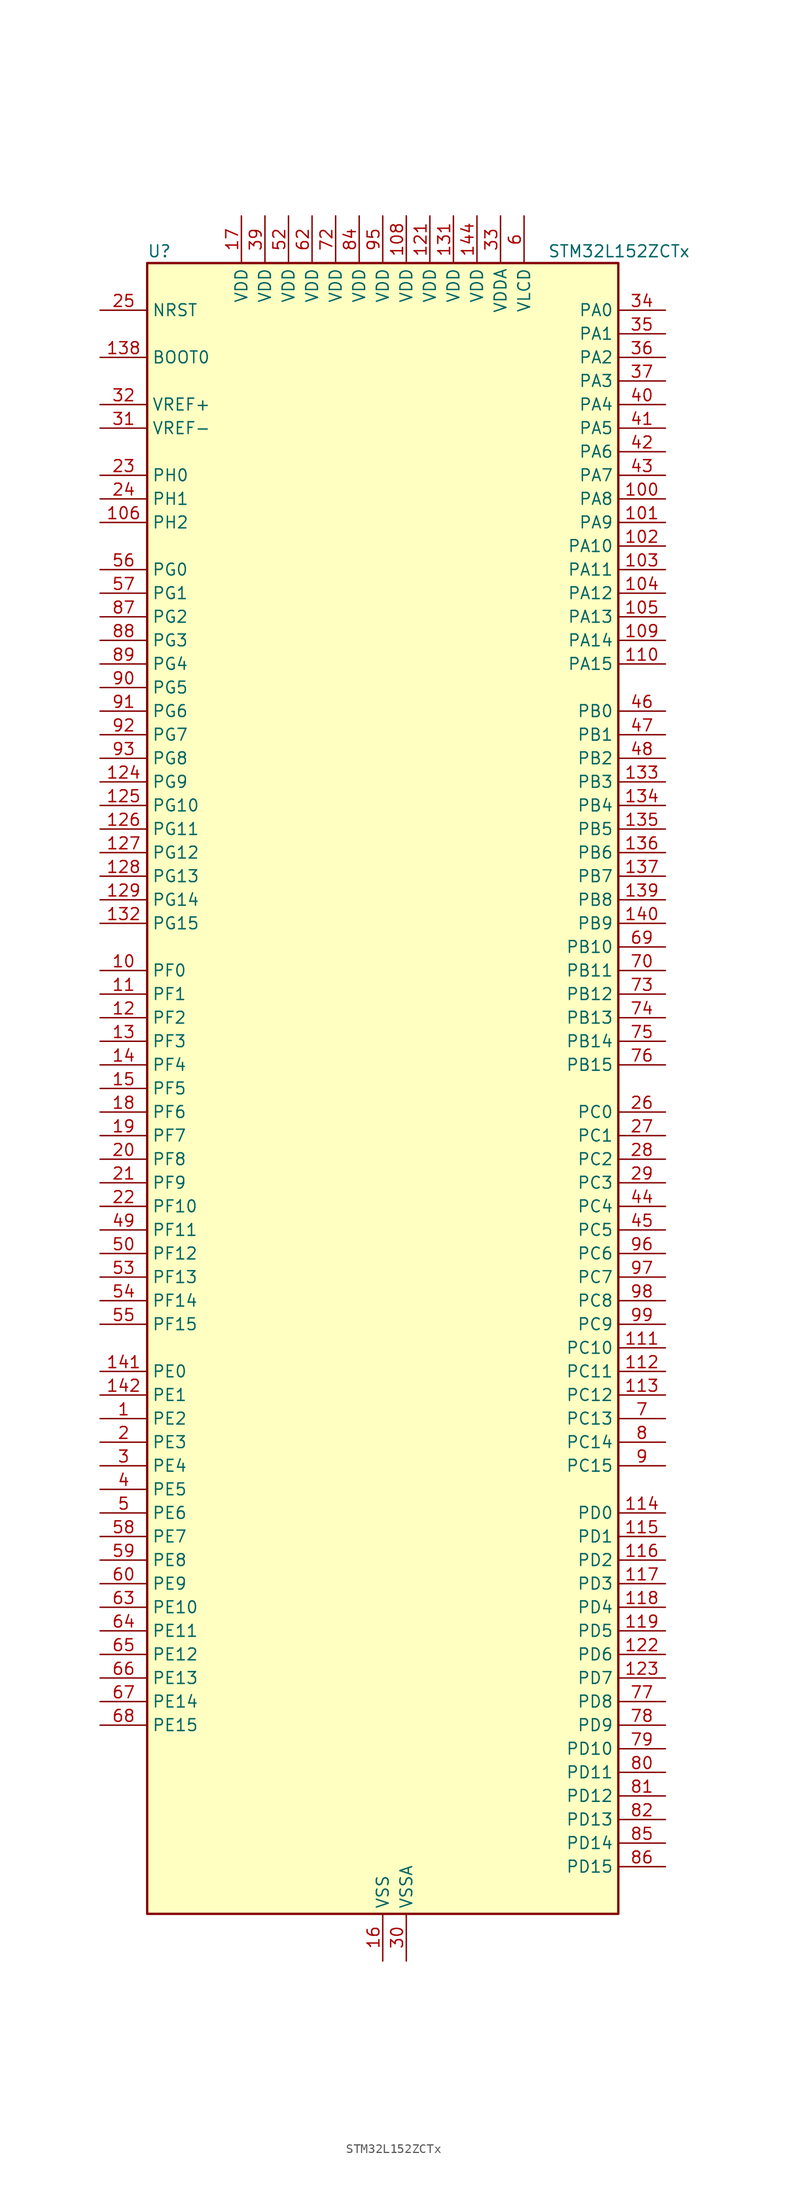
<source format=kicad_sym>
(kicad_symbol_lib
  (version 20241209)
  (generator "kicad_symbol_editor")
  (generator_version "9.0")
  (symbol "STM32L152ZCTx"
    (property "Reference" "U"
      (at -25.4 90.17 0)
      (effects (font (size 1.27 1.27)) (justify left)))
    (property "Value" "STM32L152ZCTx"
      (at 17.78 90.17 0)
      (effects (font (size 1.27 1.27)) (justify left)))
    (symbol "STM32L152ZCTx_0_1"
      (rectangle (start -25.4 -88.9) (end 25.4 88.9) (stroke (width 0.254) (type default)) (fill (type background))))
    (symbol "STM32L152ZCTx_1_1"
      (pin input line (at -30.48 83.82 0) (length 5.08) (name "NRST" (effects (font (size 1.27 1.27)))) (number "25" (effects (font (size 1.27 1.27)))))
      (pin input line (at -30.48 78.74 0) (length 5.08) (name "BOOT0" (effects (font (size 1.27 1.27)))) (number "138" (effects (font (size 1.27 1.27)))))
      (pin input line (at -30.48 73.66 0) (length 5.08) (name "VREF+" (effects (font (size 1.27 1.27)))) (number "32" (effects (font (size 1.27 1.27)))))
      (pin input line (at -30.48 71.12 0) (length 5.08) (name "VREF-" (effects (font (size 1.27 1.27)))) (number "31" (effects (font (size 1.27 1.27)))))
      (pin bidirectional line (at -30.48 66.04 0) (length 5.08) (name "PH0" (effects (font (size 1.27 1.27)))) (number "23" (effects (font (size 1.27 1.27)))) (alternate "RCC_OSC_IN" bidirectional line))
      (pin bidirectional line (at -30.48 63.5 0) (length 5.08) (name "PH1" (effects (font (size 1.27 1.27)))) (number "24" (effects (font (size 1.27 1.27)))) (alternate "RCC_OSC_OUT" bidirectional line))
      (pin bidirectional line (at -30.48 60.96 0) (length 5.08) (name "PH2" (effects (font (size 1.27 1.27)))) (number "106" (effects (font (size 1.27 1.27)))))
      (pin bidirectional line (at -30.48 55.88 0) (length 5.08) (name "PG0" (effects (font (size 1.27 1.27)))) (number "56" (effects (font (size 1.27 1.27)))) (alternate "ADC_IN8b" bidirectional line) (alternate "TS_G2_IO4" bidirectional line))
      (pin bidirectional line (at -30.48 53.34 0) (length 5.08) (name "PG1" (effects (font (size 1.27 1.27)))) (number "57" (effects (font (size 1.27 1.27)))) (alternate "ADC_IN9b" bidirectional line) (alternate "TS_G2_IO5" bidirectional line))
      (pin bidirectional line (at -30.48 50.8 0) (length 5.08) (name "PG2" (effects (font (size 1.27 1.27)))) (number "87" (effects (font (size 1.27 1.27)))) (alternate "ADC_IN10b" bidirectional line) (alternate "TS_G7_IO5" bidirectional line))
      (pin bidirectional line (at -30.48 48.26 0) (length 5.08) (name "PG3" (effects (font (size 1.27 1.27)))) (number "88" (effects (font (size 1.27 1.27)))) (alternate "ADC_IN11b" bidirectional line) (alternate "TS_G7_IO6" bidirectional line))
      (pin bidirectional line (at -30.48 45.72 0) (length 5.08) (name "PG4" (effects (font (size 1.27 1.27)))) (number "89" (effects (font (size 1.27 1.27)))) (alternate "ADC_IN12b" bidirectional line) (alternate "TS_G7_IO7" bidirectional line))
      (pin bidirectional line (at -30.48 43.18 0) (length 5.08) (name "PG5" (effects (font (size 1.27 1.27)))) (number "90" (effects (font (size 1.27 1.27)))))
      (pin bidirectional line (at -30.48 40.64 0) (length 5.08) (name "PG6" (effects (font (size 1.27 1.27)))) (number "91" (effects (font (size 1.27 1.27)))))
      (pin bidirectional line (at -30.48 38.1 0) (length 5.08) (name "PG7" (effects (font (size 1.27 1.27)))) (number "92" (effects (font (size 1.27 1.27)))))
      (pin bidirectional line (at -30.48 35.56 0) (length 5.08) (name "PG8" (effects (font (size 1.27 1.27)))) (number "93" (effects (font (size 1.27 1.27)))))
      (pin bidirectional line (at -30.48 33.02 0) (length 5.08) (name "PG9" (effects (font (size 1.27 1.27)))) (number "124" (effects (font (size 1.27 1.27)))) (alternate "DAC_EXTI9" bidirectional line))
      (pin bidirectional line (at -30.48 30.48 0) (length 5.08) (name "PG10" (effects (font (size 1.27 1.27)))) (number "125" (effects (font (size 1.27 1.27)))))
      (pin bidirectional line (at -30.48 27.94 0) (length 5.08) (name "PG11" (effects (font (size 1.27 1.27)))) (number "126" (effects (font (size 1.27 1.27)))) (alternate "ADC_EXTI11" bidirectional line))
      (pin bidirectional line (at -30.48 25.4 0) (length 5.08) (name "PG12" (effects (font (size 1.27 1.27)))) (number "127" (effects (font (size 1.27 1.27)))))
      (pin bidirectional line (at -30.48 22.86 0) (length 5.08) (name "PG13" (effects (font (size 1.27 1.27)))) (number "128" (effects (font (size 1.27 1.27)))))
      (pin bidirectional line (at -30.48 20.32 0) (length 5.08) (name "PG14" (effects (font (size 1.27 1.27)))) (number "129" (effects (font (size 1.27 1.27)))))
      (pin bidirectional line (at -30.48 17.78 0) (length 5.08) (name "PG15" (effects (font (size 1.27 1.27)))) (number "132" (effects (font (size 1.27 1.27)))) (alternate "ADC_EXTI15" bidirectional line))
      (pin bidirectional line (at -30.48 12.7 0) (length 5.08) (name "PF0" (effects (font (size 1.27 1.27)))) (number "10" (effects (font (size 1.27 1.27)))))
      (pin bidirectional line (at -30.48 10.16 0) (length 5.08) (name "PF1" (effects (font (size 1.27 1.27)))) (number "11" (effects (font (size 1.27 1.27)))))
      (pin bidirectional line (at -30.48 7.62 0) (length 5.08) (name "PF2" (effects (font (size 1.27 1.27)))) (number "12" (effects (font (size 1.27 1.27)))))
      (pin bidirectional line (at -30.48 5.08 0) (length 5.08) (name "PF3" (effects (font (size 1.27 1.27)))) (number "13" (effects (font (size 1.27 1.27)))))
      (pin bidirectional line (at -30.48 2.54 0) (length 5.08) (name "PF4" (effects (font (size 1.27 1.27)))) (number "14" (effects (font (size 1.27 1.27)))))
      (pin bidirectional line (at -30.48 0 0) (length 5.08) (name "PF5" (effects (font (size 1.27 1.27)))) (number "15" (effects (font (size 1.27 1.27)))))
      (pin bidirectional line (at -30.48 -2.54 0) (length 5.08) (name "PF6" (effects (font (size 1.27 1.27)))) (number "18" (effects (font (size 1.27 1.27)))) (alternate "ADC_IN27" bidirectional line) (alternate "TIM5_CH1" bidirectional line) (alternate "TIM5_ETR" bidirectional line) (alternate "TS_G11_IO1" bidirectional line))
      (pin bidirectional line (at -30.48 -5.08 0) (length 5.08) (name "PF7" (effects (font (size 1.27 1.27)))) (number "19" (effects (font (size 1.27 1.27)))) (alternate "ADC_IN28" bidirectional line) (alternate "COMP1_INP" bidirectional line) (alternate "TIM5_CH2" bidirectional line) (alternate "TS_G11_IO2" bidirectional line))
      (pin bidirectional line (at -30.48 -7.62 0) (length 5.08) (name "PF8" (effects (font (size 1.27 1.27)))) (number "20" (effects (font (size 1.27 1.27)))) (alternate "ADC_IN29" bidirectional line) (alternate "COMP1_INP" bidirectional line) (alternate "TIM5_CH3" bidirectional line) (alternate "TS_G11_IO3" bidirectional line))
      (pin bidirectional line (at -30.48 -10.16 0) (length 5.08) (name "PF9" (effects (font (size 1.27 1.27)))) (number "21" (effects (font (size 1.27 1.27)))) (alternate "ADC_IN30" bidirectional line) (alternate "COMP1_INP" bidirectional line) (alternate "DAC_EXTI9" bidirectional line) (alternate "TIM5_CH4" bidirectional line) (alternate "TS_G11_IO4" bidirectional line))
      (pin bidirectional line (at -30.48 -12.7 0) (length 5.08) (name "PF10" (effects (font (size 1.27 1.27)))) (number "22" (effects (font (size 1.27 1.27)))) (alternate "ADC_IN31" bidirectional line) (alternate "COMP1_INP" bidirectional line) (alternate "TS_G11_IO5" bidirectional line))
      (pin bidirectional line (at -30.48 -15.24 0) (length 5.08) (name "PF11" (effects (font (size 1.27 1.27)))) (number "49" (effects (font (size 1.27 1.27)))) (alternate "ADC_EXTI11" bidirectional line) (alternate "ADC_IN1b" bidirectional line) (alternate "TS_G3_IO4" bidirectional line))
      (pin bidirectional line (at -30.48 -17.78 0) (length 5.08) (name "PF12" (effects (font (size 1.27 1.27)))) (number "50" (effects (font (size 1.27 1.27)))) (alternate "ADC_IN2b" bidirectional line) (alternate "TS_G3_IO5" bidirectional line))
      (pin bidirectional line (at -30.48 -20.32 0) (length 5.08) (name "PF13" (effects (font (size 1.27 1.27)))) (number "53" (effects (font (size 1.27 1.27)))) (alternate "ADC_IN3b" bidirectional line) (alternate "TS_G9_IO3" bidirectional line))
      (pin bidirectional line (at -30.48 -22.86 0) (length 5.08) (name "PF14" (effects (font (size 1.27 1.27)))) (number "54" (effects (font (size 1.27 1.27)))) (alternate "ADC_IN6b" bidirectional line) (alternate "TS_G9_IO4" bidirectional line))
      (pin bidirectional line (at -30.48 -25.4 0) (length 5.08) (name "PF15" (effects (font (size 1.27 1.27)))) (number "55" (effects (font (size 1.27 1.27)))) (alternate "ADC_EXTI15" bidirectional line) (alternate "ADC_IN7b" bidirectional line) (alternate "TS_G2_IO3" bidirectional line))
      (pin bidirectional line (at -30.48 -30.48 0) (length 5.08) (name "PE0" (effects (font (size 1.27 1.27)))) (number "141" (effects (font (size 1.27 1.27)))) (alternate "LCD_SEG36" bidirectional line) (alternate "TIM10_CH1" bidirectional line) (alternate "TIM4_ETR" bidirectional line) (alternate "TIMX_IC1" bidirectional line))
      (pin bidirectional line (at -30.48 -33.02 0) (length 5.08) (name "PE1" (effects (font (size 1.27 1.27)))) (number "142" (effects (font (size 1.27 1.27)))) (alternate "LCD_SEG37" bidirectional line) (alternate "TIM11_CH1" bidirectional line) (alternate "TIMX_IC2" bidirectional line))
      (pin bidirectional line (at -30.48 -35.56 0) (length 5.08) (name "PE2" (effects (font (size 1.27 1.27)))) (number "1" (effects (font (size 1.27 1.27)))) (alternate "LCD_SEG38" bidirectional line) (alternate "SYS_TRACECK" bidirectional line) (alternate "TIM3_ETR" bidirectional line) (alternate "TIMX_IC3" bidirectional line))
      (pin bidirectional line (at -30.48 -38.1 0) (length 5.08) (name "PE3" (effects (font (size 1.27 1.27)))) (number "2" (effects (font (size 1.27 1.27)))) (alternate "LCD_SEG39" bidirectional line) (alternate "SYS_TRACED0" bidirectional line) (alternate "TIM3_CH1" bidirectional line) (alternate "TIMX_IC4" bidirectional line))
      (pin bidirectional line (at -30.48 -40.64 0) (length 5.08) (name "PE4" (effects (font (size 1.27 1.27)))) (number "3" (effects (font (size 1.27 1.27)))) (alternate "SYS_TRACED1" bidirectional line) (alternate "TIM3_CH2" bidirectional line) (alternate "TIMX_IC1" bidirectional line))
      (pin bidirectional line (at -30.48 -43.18 0) (length 5.08) (name "PE5" (effects (font (size 1.27 1.27)))) (number "4" (effects (font (size 1.27 1.27)))) (alternate "SYS_TRACED2" bidirectional line) (alternate "TIM9_CH1" bidirectional line) (alternate "TIMX_IC2" bidirectional line))
      (pin bidirectional line (at -30.48 -45.72 0) (length 5.08) (name "PE6" (effects (font (size 1.27 1.27)))) (number "5" (effects (font (size 1.27 1.27)))) (alternate "RTC_TAMP3" bidirectional line) (alternate "SYS_TRACED3" bidirectional line) (alternate "SYS_WKUP3" bidirectional line) (alternate "TIM9_CH2" bidirectional line) (alternate "TIMX_IC3" bidirectional line))
      (pin bidirectional line (at -30.48 -48.26 0) (length 5.08) (name "PE7" (effects (font (size 1.27 1.27)))) (number "58" (effects (font (size 1.27 1.27)))) (alternate "ADC_IN22" bidirectional line) (alternate "COMP1_INP" bidirectional line) (alternate "TIMX_IC4" bidirectional line))
      (pin bidirectional line (at -30.48 -50.8 0) (length 5.08) (name "PE8" (effects (font (size 1.27 1.27)))) (number "59" (effects (font (size 1.27 1.27)))) (alternate "ADC_IN23" bidirectional line) (alternate "COMP1_INP" bidirectional line) (alternate "TIMX_IC1" bidirectional line))
      (pin bidirectional line (at -30.48 -53.34 0) (length 5.08) (name "PE9" (effects (font (size 1.27 1.27)))) (number "60" (effects (font (size 1.27 1.27)))) (alternate "ADC_IN24" bidirectional line) (alternate "COMP1_INP" bidirectional line) (alternate "DAC_EXTI9" bidirectional line) (alternate "TIM2_CH1" bidirectional line) (alternate "TIM2_ETR" bidirectional line) (alternate "TIMX_IC2" bidirectional line))
      (pin bidirectional line (at -30.48 -55.88 0) (length 5.08) (name "PE10" (effects (font (size 1.27 1.27)))) (number "63" (effects (font (size 1.27 1.27)))) (alternate "ADC_IN25" bidirectional line) (alternate "COMP1_INP" bidirectional line) (alternate "TIM2_CH2" bidirectional line) (alternate "TIMX_IC3" bidirectional line))
      (pin bidirectional line (at -30.48 -58.42 0) (length 5.08) (name "PE11" (effects (font (size 1.27 1.27)))) (number "64" (effects (font (size 1.27 1.27)))) (alternate "ADC_EXTI11" bidirectional line) (alternate "TIM2_CH3" bidirectional line) (alternate "TIMX_IC4" bidirectional line))
      (pin bidirectional line (at -30.48 -60.96 0) (length 5.08) (name "PE12" (effects (font (size 1.27 1.27)))) (number "65" (effects (font (size 1.27 1.27)))) (alternate "SPI1_NSS" bidirectional line) (alternate "TIM2_CH4" bidirectional line) (alternate "TIMX_IC1" bidirectional line))
      (pin bidirectional line (at -30.48 -63.5 0) (length 5.08) (name "PE13" (effects (font (size 1.27 1.27)))) (number "66" (effects (font (size 1.27 1.27)))) (alternate "SPI1_SCK" bidirectional line) (alternate "TIMX_IC2" bidirectional line))
      (pin bidirectional line (at -30.48 -66.04 0) (length 5.08) (name "PE14" (effects (font (size 1.27 1.27)))) (number "67" (effects (font (size 1.27 1.27)))) (alternate "SPI1_MISO" bidirectional line) (alternate "TIMX_IC3" bidirectional line))
      (pin bidirectional line (at -30.48 -68.58 0) (length 5.08) (name "PE15" (effects (font (size 1.27 1.27)))) (number "68" (effects (font (size 1.27 1.27)))) (alternate "ADC_EXTI15" bidirectional line) (alternate "SPI1_MOSI" bidirectional line) (alternate "TIMX_IC4" bidirectional line))
      (pin power_in line (at -15.24 93.98 270) (length 5.08) (name "VDD" (effects (font (size 1.27 1.27)))) (number "17" (effects (font (size 1.27 1.27)))))
      (pin power_in line (at -12.7 93.98 270) (length 5.08) (name "VDD" (effects (font (size 1.27 1.27)))) (number "39" (effects (font (size 1.27 1.27)))))
      (pin power_in line (at -10.16 93.98 270) (length 5.08) (name "VDD" (effects (font (size 1.27 1.27)))) (number "52" (effects (font (size 1.27 1.27)))))
      (pin power_in line (at -7.62 93.98 270) (length 5.08) (name "VDD" (effects (font (size 1.27 1.27)))) (number "62" (effects (font (size 1.27 1.27)))))
      (pin power_in line (at -5.08 93.98 270) (length 5.08) (name "VDD" (effects (font (size 1.27 1.27)))) (number "72" (effects (font (size 1.27 1.27)))))
      (pin power_in line (at -2.54 93.98 270) (length 5.08) (name "VDD" (effects (font (size 1.27 1.27)))) (number "84" (effects (font (size 1.27 1.27)))))
      (pin power_in line (at 0 93.98 270) (length 5.08) (name "VDD" (effects (font (size 1.27 1.27)))) (number "95" (effects (font (size 1.27 1.27)))))
      (pin passive line (at 0 -93.98 90) (length 5.08) (hide yes) (name "VSS" (effects (font (size 1.27 1.27)))) (number "107" (effects (font (size 1.27 1.27)))))
      (pin passive line (at 0 -93.98 90) (length 5.08) (hide yes) (name "VSS" (effects (font (size 1.27 1.27)))) (number "120" (effects (font (size 1.27 1.27)))))
      (pin passive line (at 0 -93.98 90) (length 5.08) (hide yes) (name "VSS" (effects (font (size 1.27 1.27)))) (number "130" (effects (font (size 1.27 1.27)))))
      (pin passive line (at 0 -93.98 90) (length 5.08) (hide yes) (name "VSS" (effects (font (size 1.27 1.27)))) (number "143" (effects (font (size 1.27 1.27)))))
      (pin power_in line (at 0 -93.98 90) (length 5.08) (name "VSS" (effects (font (size 1.27 1.27)))) (number "16" (effects (font (size 1.27 1.27)))))
      (pin passive line (at 0 -93.98 90) (length 5.08) (hide yes) (name "VSS" (effects (font (size 1.27 1.27)))) (number "38" (effects (font (size 1.27 1.27)))))
      (pin passive line (at 0 -93.98 90) (length 5.08) (hide yes) (name "VSS" (effects (font (size 1.27 1.27)))) (number "51" (effects (font (size 1.27 1.27)))))
      (pin passive line (at 0 -93.98 90) (length 5.08) (hide yes) (name "VSS" (effects (font (size 1.27 1.27)))) (number "61" (effects (font (size 1.27 1.27)))))
      (pin passive line (at 0 -93.98 90) (length 5.08) (hide yes) (name "VSS" (effects (font (size 1.27 1.27)))) (number "71" (effects (font (size 1.27 1.27)))))
      (pin passive line (at 0 -93.98 90) (length 5.08) (hide yes) (name "VSS" (effects (font (size 1.27 1.27)))) (number "83" (effects (font (size 1.27 1.27)))))
      (pin passive line (at 0 -93.98 90) (length 5.08) (hide yes) (name "VSS" (effects (font (size 1.27 1.27)))) (number "94" (effects (font (size 1.27 1.27)))))
      (pin power_in line (at 2.54 93.98 270) (length 5.08) (name "VDD" (effects (font (size 1.27 1.27)))) (number "108" (effects (font (size 1.27 1.27)))))
      (pin power_in line (at 2.54 -93.98 90) (length 5.08) (name "VSSA" (effects (font (size 1.27 1.27)))) (number "30" (effects (font (size 1.27 1.27)))))
      (pin power_in line (at 5.08 93.98 270) (length 5.08) (name "VDD" (effects (font (size 1.27 1.27)))) (number "121" (effects (font (size 1.27 1.27)))))
      (pin power_in line (at 7.62 93.98 270) (length 5.08) (name "VDD" (effects (font (size 1.27 1.27)))) (number "131" (effects (font (size 1.27 1.27)))))
      (pin power_in line (at 10.16 93.98 270) (length 5.08) (name "VDD" (effects (font (size 1.27 1.27)))) (number "144" (effects (font (size 1.27 1.27)))))
      (pin power_in line (at 12.7 93.98 270) (length 5.08) (name "VDDA" (effects (font (size 1.27 1.27)))) (number "33" (effects (font (size 1.27 1.27)))))
      (pin power_in line (at 15.24 93.98 270) (length 5.08) (name "VLCD" (effects (font (size 1.27 1.27)))) (number "6" (effects (font (size 1.27 1.27)))))
      (pin bidirectional line (at 30.48 83.82 180) (length 5.08) (name "PA0" (effects (font (size 1.27 1.27)))) (number "34" (effects (font (size 1.27 1.27)))) (alternate "ADC_IN0" bidirectional line) (alternate "COMP1_INP" bidirectional line) (alternate "RTC_TAMP2" bidirectional line) (alternate "SYS_WKUP1" bidirectional line) (alternate "TIM2_CH1" bidirectional line) (alternate "TIM2_ETR" bidirectional line) (alternate "TIM5_CH1" bidirectional line) (alternate "TIMX_IC1" bidirectional line) (alternate "TS_G1_IO1" bidirectional line) (alternate "USART2_CTS" bidirectional line))
      (pin bidirectional line (at 30.48 81.28 180) (length 5.08) (name "PA1" (effects (font (size 1.27 1.27)))) (number "35" (effects (font (size 1.27 1.27)))) (alternate "ADC_IN1" bidirectional line) (alternate "COMP1_INP" bidirectional line) (alternate "LCD_SEG0" bidirectional line) (alternate "OPAMP1_VINP" bidirectional line) (alternate "TIM2_CH2" bidirectional line) (alternate "TIM5_CH2" bidirectional line) (alternate "TIMX_IC2" bidirectional line) (alternate "TS_G1_IO2" bidirectional line) (alternate "USART2_RTS" bidirectional line))
      (pin bidirectional line (at 30.48 78.74 180) (length 5.08) (name "PA2" (effects (font (size 1.27 1.27)))) (number "36" (effects (font (size 1.27 1.27)))) (alternate "ADC_IN2" bidirectional line) (alternate "COMP1_INP" bidirectional line) (alternate "LCD_SEG1" bidirectional line) (alternate "OPAMP1_VINM" bidirectional line) (alternate "TIM2_CH3" bidirectional line) (alternate "TIM5_CH3" bidirectional line) (alternate "TIM9_CH1" bidirectional line) (alternate "TIMX_IC3" bidirectional line) (alternate "TS_G1_IO3" bidirectional line) (alternate "USART2_TX" bidirectional line))
      (pin bidirectional line (at 30.48 76.2 180) (length 5.08) (name "PA3" (effects (font (size 1.27 1.27)))) (number "37" (effects (font (size 1.27 1.27)))) (alternate "ADC_IN3" bidirectional line) (alternate "COMP1_INP" bidirectional line) (alternate "LCD_SEG2" bidirectional line) (alternate "OPAMP1_VOUT" bidirectional line) (alternate "TIM2_CH4" bidirectional line) (alternate "TIM5_CH4" bidirectional line) (alternate "TIM9_CH2" bidirectional line) (alternate "TIMX_IC4" bidirectional line) (alternate "TS_G1_IO4" bidirectional line) (alternate "USART2_RX" bidirectional line))
      (pin bidirectional line (at 30.48 73.66 180) (length 5.08) (name "PA4" (effects (font (size 1.27 1.27)))) (number "40" (effects (font (size 1.27 1.27)))) (alternate "ADC_IN4" bidirectional line) (alternate "COMP1_INP" bidirectional line) (alternate "DAC_OUT1" bidirectional line) (alternate "I2S3_WS" bidirectional line) (alternate "SPI1_NSS" bidirectional line) (alternate "SPI3_NSS" bidirectional line) (alternate "TIMX_IC1" bidirectional line) (alternate "USART2_CK" bidirectional line))
      (pin bidirectional line (at 30.48 71.12 180) (length 5.08) (name "PA5" (effects (font (size 1.27 1.27)))) (number "41" (effects (font (size 1.27 1.27)))) (alternate "ADC_IN5" bidirectional line) (alternate "COMP1_INP" bidirectional line) (alternate "DAC_OUT2" bidirectional line) (alternate "SPI1_SCK" bidirectional line) (alternate "TIM2_CH1" bidirectional line) (alternate "TIM2_ETR" bidirectional line) (alternate "TIMX_IC2" bidirectional line))
      (pin bidirectional line (at 30.48 68.58 180) (length 5.08) (name "PA6" (effects (font (size 1.27 1.27)))) (number "42" (effects (font (size 1.27 1.27)))) (alternate "ADC_IN6" bidirectional line) (alternate "COMP1_INP" bidirectional line) (alternate "LCD_SEG3" bidirectional line) (alternate "OPAMP2_VINP" bidirectional line) (alternate "SPI1_MISO" bidirectional line) (alternate "TIM10_CH1" bidirectional line) (alternate "TIM3_CH1" bidirectional line) (alternate "TIMX_IC3" bidirectional line) (alternate "TS_G2_IO1" bidirectional line))
      (pin bidirectional line (at 30.48 66.04 180) (length 5.08) (name "PA7" (effects (font (size 1.27 1.27)))) (number "43" (effects (font (size 1.27 1.27)))) (alternate "ADC_IN7" bidirectional line) (alternate "COMP1_INP" bidirectional line) (alternate "LCD_SEG4" bidirectional line) (alternate "OPAMP2_VINM" bidirectional line) (alternate "SPI1_MOSI" bidirectional line) (alternate "TIM11_CH1" bidirectional line) (alternate "TIM3_CH2" bidirectional line) (alternate "TIMX_IC4" bidirectional line) (alternate "TS_G2_IO2" bidirectional line))
      (pin bidirectional line (at 30.48 63.5 180) (length 5.08) (name "PA8" (effects (font (size 1.27 1.27)))) (number "100" (effects (font (size 1.27 1.27)))) (alternate "LCD_COM0" bidirectional line) (alternate "RCC_MCO" bidirectional line) (alternate "TIMX_IC1" bidirectional line) (alternate "TS_G4_IO1" bidirectional line) (alternate "USART1_CK" bidirectional line))
      (pin bidirectional line (at 30.48 60.96 180) (length 5.08) (name "PA9" (effects (font (size 1.27 1.27)))) (number "101" (effects (font (size 1.27 1.27)))) (alternate "DAC_EXTI9" bidirectional line) (alternate "LCD_COM1" bidirectional line) (alternate "TIMX_IC2" bidirectional line) (alternate "TS_G4_IO2" bidirectional line) (alternate "USART1_TX" bidirectional line))
      (pin bidirectional line (at 30.48 58.42 180) (length 5.08) (name "PA10" (effects (font (size 1.27 1.27)))) (number "102" (effects (font (size 1.27 1.27)))) (alternate "LCD_COM2" bidirectional line) (alternate "TIMX_IC3" bidirectional line) (alternate "TS_G4_IO3" bidirectional line) (alternate "USART1_RX" bidirectional line))
      (pin bidirectional line (at 30.48 55.88 180) (length 5.08) (name "PA11" (effects (font (size 1.27 1.27)))) (number "103" (effects (font (size 1.27 1.27)))) (alternate "ADC_EXTI11" bidirectional line) (alternate "SPI1_MISO" bidirectional line) (alternate "TIMX_IC4" bidirectional line) (alternate "USART1_CTS" bidirectional line) (alternate "USB_DM" bidirectional line))
      (pin bidirectional line (at 30.48 53.34 180) (length 5.08) (name "PA12" (effects (font (size 1.27 1.27)))) (number "104" (effects (font (size 1.27 1.27)))) (alternate "SPI1_MOSI" bidirectional line) (alternate "TIMX_IC1" bidirectional line) (alternate "USART1_RTS" bidirectional line) (alternate "USB_DP" bidirectional line))
      (pin bidirectional line (at 30.48 50.8 180) (length 5.08) (name "PA13" (effects (font (size 1.27 1.27)))) (number "105" (effects (font (size 1.27 1.27)))) (alternate "SYS_JTMS-SWDIO" bidirectional line) (alternate "TIMX_IC2" bidirectional line) (alternate "TS_G5_IO1" bidirectional line))
      (pin bidirectional line (at 30.48 48.26 180) (length 5.08) (name "PA14" (effects (font (size 1.27 1.27)))) (number "109" (effects (font (size 1.27 1.27)))) (alternate "SYS_JTCK-SWCLK" bidirectional line) (alternate "TIMX_IC3" bidirectional line) (alternate "TS_G5_IO2" bidirectional line))
      (pin bidirectional line (at 30.48 45.72 180) (length 5.08) (name "PA15" (effects (font (size 1.27 1.27)))) (number "110" (effects (font (size 1.27 1.27)))) (alternate "ADC_EXTI15" bidirectional line) (alternate "I2S3_WS" bidirectional line) (alternate "LCD_SEG17" bidirectional line) (alternate "SPI1_NSS" bidirectional line) (alternate "SPI3_NSS" bidirectional line) (alternate "SYS_JTDI" bidirectional line) (alternate "TIM2_CH1" bidirectional line) (alternate "TIM2_ETR" bidirectional line) (alternate "TIMX_IC4" bidirectional line) (alternate "TS_G5_IO3" bidirectional line))
      (pin bidirectional line (at 30.48 40.64 180) (length 5.08) (name "PB0" (effects (font (size 1.27 1.27)))) (number "46" (effects (font (size 1.27 1.27)))) (alternate "ADC_IN8" bidirectional line) (alternate "COMP1_INP" bidirectional line) (alternate "LCD_SEG5" bidirectional line) (alternate "OPAMP2_VOUT" bidirectional line) (alternate "SYS_V_REF_OUT" bidirectional line) (alternate "TIM3_CH3" bidirectional line) (alternate "TS_G3_IO1" bidirectional line))
      (pin bidirectional line (at 30.48 38.1 180) (length 5.08) (name "PB1" (effects (font (size 1.27 1.27)))) (number "47" (effects (font (size 1.27 1.27)))) (alternate "ADC_IN9" bidirectional line) (alternate "COMP1_INP" bidirectional line) (alternate "LCD_SEG6" bidirectional line) (alternate "SYS_V_REF_OUT" bidirectional line) (alternate "TIM3_CH4" bidirectional line) (alternate "TS_G3_IO2" bidirectional line))
      (pin bidirectional line (at 30.48 35.56 180) (length 5.08) (name "PB2" (effects (font (size 1.27 1.27)))) (number "48" (effects (font (size 1.27 1.27)))) (alternate "ADC_IN0b" bidirectional line) (alternate "TS_G3_IO3" bidirectional line))
      (pin bidirectional line (at 30.48 33.02 180) (length 5.08) (name "PB3" (effects (font (size 1.27 1.27)))) (number "133" (effects (font (size 1.27 1.27)))) (alternate "COMP2_INM" bidirectional line) (alternate "I2S3_CK" bidirectional line) (alternate "LCD_SEG7" bidirectional line) (alternate "SPI1_SCK" bidirectional line) (alternate "SPI3_SCK" bidirectional line) (alternate "SYS_JTDO-TRACESWO" bidirectional line) (alternate "TIM2_CH2" bidirectional line))
      (pin bidirectional line (at 30.48 30.48 180) (length 5.08) (name "PB4" (effects (font (size 1.27 1.27)))) (number "134" (effects (font (size 1.27 1.27)))) (alternate "COMP2_INP" bidirectional line) (alternate "LCD_SEG8" bidirectional line) (alternate "SPI1_MISO" bidirectional line) (alternate "SPI3_MISO" bidirectional line) (alternate "SYS_JTRST" bidirectional line) (alternate "TIM3_CH1" bidirectional line) (alternate "TS_G6_IO1" bidirectional line))
      (pin bidirectional line (at 30.48 27.94 180) (length 5.08) (name "PB5" (effects (font (size 1.27 1.27)))) (number "135" (effects (font (size 1.27 1.27)))) (alternate "COMP2_INP" bidirectional line) (alternate "I2C1_SMBA" bidirectional line) (alternate "I2S3_SD" bidirectional line) (alternate "LCD_SEG9" bidirectional line) (alternate "SPI1_MOSI" bidirectional line) (alternate "SPI3_MOSI" bidirectional line) (alternate "TIM3_CH2" bidirectional line) (alternate "TS_G6_IO2" bidirectional line))
      (pin bidirectional line (at 30.48 25.4 180) (length 5.08) (name "PB6" (effects (font (size 1.27 1.27)))) (number "136" (effects (font (size 1.27 1.27)))) (alternate "COMP2_INP" bidirectional line) (alternate "I2C1_SCL" bidirectional line) (alternate "TIM4_CH1" bidirectional line) (alternate "TS_G6_IO3" bidirectional line) (alternate "USART1_TX" bidirectional line))
      (pin bidirectional line (at 30.48 22.86 180) (length 5.08) (name "PB7" (effects (font (size 1.27 1.27)))) (number "137" (effects (font (size 1.27 1.27)))) (alternate "COMP2_INP" bidirectional line) (alternate "I2C1_SDA" bidirectional line) (alternate "SYS_PVD_IN" bidirectional line) (alternate "TIM4_CH2" bidirectional line) (alternate "TS_G6_IO4" bidirectional line) (alternate "USART1_RX" bidirectional line))
      (pin bidirectional line (at 30.48 20.32 180) (length 5.08) (name "PB8" (effects (font (size 1.27 1.27)))) (number "139" (effects (font (size 1.27 1.27)))) (alternate "I2C1_SCL" bidirectional line) (alternate "LCD_SEG16" bidirectional line) (alternate "TIM10_CH1" bidirectional line) (alternate "TIM4_CH3" bidirectional line))
      (pin bidirectional line (at 30.48 17.78 180) (length 5.08) (name "PB9" (effects (font (size 1.27 1.27)))) (number "140" (effects (font (size 1.27 1.27)))) (alternate "DAC_EXTI9" bidirectional line) (alternate "I2C1_SDA" bidirectional line) (alternate "LCD_COM3" bidirectional line) (alternate "TIM11_CH1" bidirectional line) (alternate "TIM4_CH4" bidirectional line))
      (pin bidirectional line (at 30.48 15.24 180) (length 5.08) (name "PB10" (effects (font (size 1.27 1.27)))) (number "69" (effects (font (size 1.27 1.27)))) (alternate "I2C2_SCL" bidirectional line) (alternate "LCD_SEG10" bidirectional line) (alternate "TIM2_CH3" bidirectional line) (alternate "USART3_TX" bidirectional line))
      (pin bidirectional line (at 30.48 12.7 180) (length 5.08) (name "PB11" (effects (font (size 1.27 1.27)))) (number "70" (effects (font (size 1.27 1.27)))) (alternate "ADC_EXTI11" bidirectional line) (alternate "I2C2_SDA" bidirectional line) (alternate "LCD_SEG11" bidirectional line) (alternate "TIM2_CH4" bidirectional line) (alternate "USART3_RX" bidirectional line))
      (pin bidirectional line (at 30.48 10.16 180) (length 5.08) (name "PB12" (effects (font (size 1.27 1.27)))) (number "73" (effects (font (size 1.27 1.27)))) (alternate "ADC_IN18" bidirectional line) (alternate "COMP1_INP" bidirectional line) (alternate "I2C2_SMBA" bidirectional line) (alternate "I2S2_WS" bidirectional line) (alternate "LCD_SEG12" bidirectional line) (alternate "SPI2_NSS" bidirectional line) (alternate "TIM10_CH1" bidirectional line) (alternate "TS_G7_IO1" bidirectional line) (alternate "USART3_CK" bidirectional line))
      (pin bidirectional line (at 30.48 7.62 180) (length 5.08) (name "PB13" (effects (font (size 1.27 1.27)))) (number "74" (effects (font (size 1.27 1.27)))) (alternate "ADC_IN19" bidirectional line) (alternate "COMP1_INP" bidirectional line) (alternate "I2S2_CK" bidirectional line) (alternate "LCD_SEG13" bidirectional line) (alternate "SPI2_SCK" bidirectional line) (alternate "TIM9_CH1" bidirectional line) (alternate "TS_G7_IO2" bidirectional line) (alternate "USART3_CTS" bidirectional line))
      (pin bidirectional line (at 30.48 5.08 180) (length 5.08) (name "PB14" (effects (font (size 1.27 1.27)))) (number "75" (effects (font (size 1.27 1.27)))) (alternate "ADC_IN20" bidirectional line) (alternate "COMP1_INP" bidirectional line) (alternate "LCD_SEG14" bidirectional line) (alternate "SPI2_MISO" bidirectional line) (alternate "TIM9_CH2" bidirectional line) (alternate "TS_G7_IO3" bidirectional line) (alternate "USART3_RTS" bidirectional line))
      (pin bidirectional line (at 30.48 2.54 180) (length 5.08) (name "PB15" (effects (font (size 1.27 1.27)))) (number "76" (effects (font (size 1.27 1.27)))) (alternate "ADC_EXTI15" bidirectional line) (alternate "ADC_IN21" bidirectional line) (alternate "COMP1_INP" bidirectional line) (alternate "I2S2_SD" bidirectional line) (alternate "LCD_SEG15" bidirectional line) (alternate "RTC_REFIN" bidirectional line) (alternate "SPI2_MOSI" bidirectional line) (alternate "TIM11_CH1" bidirectional line) (alternate "TS_G7_IO4" bidirectional line))
      (pin bidirectional line (at 30.48 -2.54 180) (length 5.08) (name "PC0" (effects (font (size 1.27 1.27)))) (number "26" (effects (font (size 1.27 1.27)))) (alternate "ADC_IN10" bidirectional line) (alternate "COMP1_INP" bidirectional line) (alternate "LCD_SEG18" bidirectional line) (alternate "TIMX_IC1" bidirectional line) (alternate "TS_G8_IO1" bidirectional line))
      (pin bidirectional line (at 30.48 -5.08 180) (length 5.08) (name "PC1" (effects (font (size 1.27 1.27)))) (number "27" (effects (font (size 1.27 1.27)))) (alternate "ADC_IN11" bidirectional line) (alternate "COMP1_INP" bidirectional line) (alternate "LCD_SEG19" bidirectional line) (alternate "TIMX_IC2" bidirectional line) (alternate "TS_G8_IO2" bidirectional line))
      (pin bidirectional line (at 30.48 -7.62 180) (length 5.08) (name "PC2" (effects (font (size 1.27 1.27)))) (number "28" (effects (font (size 1.27 1.27)))) (alternate "ADC_IN12" bidirectional line) (alternate "COMP1_INP" bidirectional line) (alternate "LCD_SEG20" bidirectional line) (alternate "TIMX_IC3" bidirectional line) (alternate "TS_G8_IO3" bidirectional line))
      (pin bidirectional line (at 30.48 -10.16 180) (length 5.08) (name "PC3" (effects (font (size 1.27 1.27)))) (number "29" (effects (font (size 1.27 1.27)))) (alternate "ADC_IN13" bidirectional line) (alternate "COMP1_INP" bidirectional line) (alternate "LCD_SEG21" bidirectional line) (alternate "TIMX_IC4" bidirectional line) (alternate "TS_G8_IO4" bidirectional line))
      (pin bidirectional line (at 30.48 -12.7 180) (length 5.08) (name "PC4" (effects (font (size 1.27 1.27)))) (number "44" (effects (font (size 1.27 1.27)))) (alternate "ADC_IN14" bidirectional line) (alternate "COMP1_INP" bidirectional line) (alternate "LCD_SEG22" bidirectional line) (alternate "TIMX_IC1" bidirectional line) (alternate "TS_G9_IO1" bidirectional line))
      (pin bidirectional line (at 30.48 -15.24 180) (length 5.08) (name "PC5" (effects (font (size 1.27 1.27)))) (number "45" (effects (font (size 1.27 1.27)))) (alternate "ADC_IN15" bidirectional line) (alternate "COMP1_INP" bidirectional line) (alternate "LCD_SEG23" bidirectional line) (alternate "TIMX_IC2" bidirectional line) (alternate "TS_G9_IO2" bidirectional line))
      (pin bidirectional line (at 30.48 -17.78 180) (length 5.08) (name "PC6" (effects (font (size 1.27 1.27)))) (number "96" (effects (font (size 1.27 1.27)))) (alternate "I2S2_MCK" bidirectional line) (alternate "LCD_SEG24" bidirectional line) (alternate "TIM3_CH1" bidirectional line) (alternate "TIMX_IC3" bidirectional line) (alternate "TS_G10_IO1" bidirectional line))
      (pin bidirectional line (at 30.48 -20.32 180) (length 5.08) (name "PC7" (effects (font (size 1.27 1.27)))) (number "97" (effects (font (size 1.27 1.27)))) (alternate "I2S3_MCK" bidirectional line) (alternate "LCD_SEG25" bidirectional line) (alternate "TIM3_CH2" bidirectional line) (alternate "TIMX_IC4" bidirectional line) (alternate "TS_G10_IO2" bidirectional line))
      (pin bidirectional line (at 30.48 -22.86 180) (length 5.08) (name "PC8" (effects (font (size 1.27 1.27)))) (number "98" (effects (font (size 1.27 1.27)))) (alternate "LCD_SEG26" bidirectional line) (alternate "TIM3_CH3" bidirectional line) (alternate "TIMX_IC1" bidirectional line) (alternate "TS_G10_IO3" bidirectional line))
      (pin bidirectional line (at 30.48 -25.4 180) (length 5.08) (name "PC9" (effects (font (size 1.27 1.27)))) (number "99" (effects (font (size 1.27 1.27)))) (alternate "DAC_EXTI9" bidirectional line) (alternate "LCD_SEG27" bidirectional line) (alternate "TIM3_CH4" bidirectional line) (alternate "TIMX_IC2" bidirectional line) (alternate "TS_G10_IO4" bidirectional line))
      (pin bidirectional line (at 30.48 -27.94 180) (length 5.08) (name "PC10" (effects (font (size 1.27 1.27)))) (number "111" (effects (font (size 1.27 1.27)))) (alternate "I2S3_CK" bidirectional line) (alternate "LCD_COM4" bidirectional line) (alternate "LCD_SEG28" bidirectional line) (alternate "LCD_SEG40" bidirectional line) (alternate "SPI3_SCK" bidirectional line) (alternate "TIMX_IC3" bidirectional line) (alternate "USART3_TX" bidirectional line))
      (pin bidirectional line (at 30.48 -30.48 180) (length 5.08) (name "PC11" (effects (font (size 1.27 1.27)))) (number "112" (effects (font (size 1.27 1.27)))) (alternate "ADC_EXTI11" bidirectional line) (alternate "LCD_COM5" bidirectional line) (alternate "LCD_SEG29" bidirectional line) (alternate "LCD_SEG41" bidirectional line) (alternate "SPI3_MISO" bidirectional line) (alternate "TIMX_IC4" bidirectional line) (alternate "USART3_RX" bidirectional line))
      (pin bidirectional line (at 30.48 -33.02 180) (length 5.08) (name "PC12" (effects (font (size 1.27 1.27)))) (number "113" (effects (font (size 1.27 1.27)))) (alternate "I2S3_SD" bidirectional line) (alternate "LCD_COM6" bidirectional line) (alternate "LCD_SEG30" bidirectional line) (alternate "LCD_SEG42" bidirectional line) (alternate "SPI3_MOSI" bidirectional line) (alternate "TIMX_IC1" bidirectional line) (alternate "USART3_CK" bidirectional line))
      (pin bidirectional line (at 30.48 -35.56 180) (length 5.08) (name "PC13" (effects (font (size 1.27 1.27)))) (number "7" (effects (font (size 1.27 1.27)))) (alternate "RTC_OUT_ALARM" bidirectional line) (alternate "RTC_OUT_CALIB" bidirectional line) (alternate "RTC_TAMP1" bidirectional line) (alternate "RTC_TS" bidirectional line) (alternate "SYS_WKUP2" bidirectional line) (alternate "TIMX_IC2" bidirectional line))
      (pin bidirectional line (at 30.48 -38.1 180) (length 5.08) (name "PC14" (effects (font (size 1.27 1.27)))) (number "8" (effects (font (size 1.27 1.27)))) (alternate "RCC_OSC32_IN" bidirectional line) (alternate "TIMX_IC3" bidirectional line))
      (pin bidirectional line (at 30.48 -40.64 180) (length 5.08) (name "PC15" (effects (font (size 1.27 1.27)))) (number "9" (effects (font (size 1.27 1.27)))) (alternate "ADC_EXTI15" bidirectional line) (alternate "RCC_OSC32_OUT" bidirectional line) (alternate "TIMX_IC4" bidirectional line))
      (pin bidirectional line (at 30.48 -45.72 180) (length 5.08) (name "PD0" (effects (font (size 1.27 1.27)))) (number "114" (effects (font (size 1.27 1.27)))) (alternate "I2S2_WS" bidirectional line) (alternate "SPI2_NSS" bidirectional line) (alternate "TIM9_CH1" bidirectional line) (alternate "TIMX_IC1" bidirectional line))
      (pin bidirectional line (at 30.48 -48.26 180) (length 5.08) (name "PD1" (effects (font (size 1.27 1.27)))) (number "115" (effects (font (size 1.27 1.27)))) (alternate "I2S2_CK" bidirectional line) (alternate "SPI2_SCK" bidirectional line) (alternate "TIMX_IC2" bidirectional line))
      (pin bidirectional line (at 30.48 -50.8 180) (length 5.08) (name "PD2" (effects (font (size 1.27 1.27)))) (number "116" (effects (font (size 1.27 1.27)))) (alternate "LCD_COM7" bidirectional line) (alternate "LCD_SEG31" bidirectional line) (alternate "LCD_SEG43" bidirectional line) (alternate "TIM3_ETR" bidirectional line) (alternate "TIMX_IC3" bidirectional line))
      (pin bidirectional line (at 30.48 -53.34 180) (length 5.08) (name "PD3" (effects (font (size 1.27 1.27)))) (number "117" (effects (font (size 1.27 1.27)))) (alternate "SPI2_MISO" bidirectional line) (alternate "TIMX_IC4" bidirectional line) (alternate "USART2_CTS" bidirectional line))
      (pin bidirectional line (at 30.48 -55.88 180) (length 5.08) (name "PD4" (effects (font (size 1.27 1.27)))) (number "118" (effects (font (size 1.27 1.27)))) (alternate "I2S2_SD" bidirectional line) (alternate "SPI2_MOSI" bidirectional line) (alternate "TIMX_IC1" bidirectional line) (alternate "USART2_RTS" bidirectional line))
      (pin bidirectional line (at 30.48 -58.42 180) (length 5.08) (name "PD5" (effects (font (size 1.27 1.27)))) (number "119" (effects (font (size 1.27 1.27)))) (alternate "TIMX_IC2" bidirectional line) (alternate "USART2_TX" bidirectional line))
      (pin bidirectional line (at 30.48 -60.96 180) (length 5.08) (name "PD6" (effects (font (size 1.27 1.27)))) (number "122" (effects (font (size 1.27 1.27)))) (alternate "TIMX_IC3" bidirectional line) (alternate "USART2_RX" bidirectional line))
      (pin bidirectional line (at 30.48 -63.5 180) (length 5.08) (name "PD7" (effects (font (size 1.27 1.27)))) (number "123" (effects (font (size 1.27 1.27)))) (alternate "TIM9_CH2" bidirectional line) (alternate "TIMX_IC4" bidirectional line) (alternate "USART2_CK" bidirectional line))
      (pin bidirectional line (at 30.48 -66.04 180) (length 5.08) (name "PD8" (effects (font (size 1.27 1.27)))) (number "77" (effects (font (size 1.27 1.27)))) (alternate "LCD_SEG28" bidirectional line) (alternate "TIMX_IC1" bidirectional line) (alternate "USART3_TX" bidirectional line))
      (pin bidirectional line (at 30.48 -68.58 180) (length 5.08) (name "PD9" (effects (font (size 1.27 1.27)))) (number "78" (effects (font (size 1.27 1.27)))) (alternate "DAC_EXTI9" bidirectional line) (alternate "LCD_SEG29" bidirectional line) (alternate "TIMX_IC2" bidirectional line) (alternate "USART3_RX" bidirectional line))
      (pin bidirectional line (at 30.48 -71.12 180) (length 5.08) (name "PD10" (effects (font (size 1.27 1.27)))) (number "79" (effects (font (size 1.27 1.27)))) (alternate "LCD_SEG30" bidirectional line) (alternate "TIMX_IC3" bidirectional line) (alternate "USART3_CK" bidirectional line))
      (pin bidirectional line (at 30.48 -73.66 180) (length 5.08) (name "PD11" (effects (font (size 1.27 1.27)))) (number "80" (effects (font (size 1.27 1.27)))) (alternate "ADC_EXTI11" bidirectional line) (alternate "LCD_SEG31" bidirectional line) (alternate "TIMX_IC4" bidirectional line) (alternate "USART3_CTS" bidirectional line))
      (pin bidirectional line (at 30.48 -76.2 180) (length 5.08) (name "PD12" (effects (font (size 1.27 1.27)))) (number "81" (effects (font (size 1.27 1.27)))) (alternate "LCD_SEG32" bidirectional line) (alternate "TIM4_CH1" bidirectional line) (alternate "TIMX_IC1" bidirectional line) (alternate "USART3_RTS" bidirectional line))
      (pin bidirectional line (at 30.48 -78.74 180) (length 5.08) (name "PD13" (effects (font (size 1.27 1.27)))) (number "82" (effects (font (size 1.27 1.27)))) (alternate "LCD_SEG33" bidirectional line) (alternate "TIM4_CH2" bidirectional line) (alternate "TIMX_IC2" bidirectional line))
      (pin bidirectional line (at 30.48 -81.28 180) (length 5.08) (name "PD14" (effects (font (size 1.27 1.27)))) (number "85" (effects (font (size 1.27 1.27)))) (alternate "LCD_SEG34" bidirectional line) (alternate "TIM4_CH3" bidirectional line) (alternate "TIMX_IC3" bidirectional line))
      (pin bidirectional line (at 30.48 -83.82 180) (length 5.08) (name "PD15" (effects (font (size 1.27 1.27)))) (number "86" (effects (font (size 1.27 1.27)))) (alternate "ADC_EXTI15" bidirectional line) (alternate "LCD_SEG35" bidirectional line) (alternate "TIM4_CH4" bidirectional line) (alternate "TIMX_IC4" bidirectional line)))))
</source>
